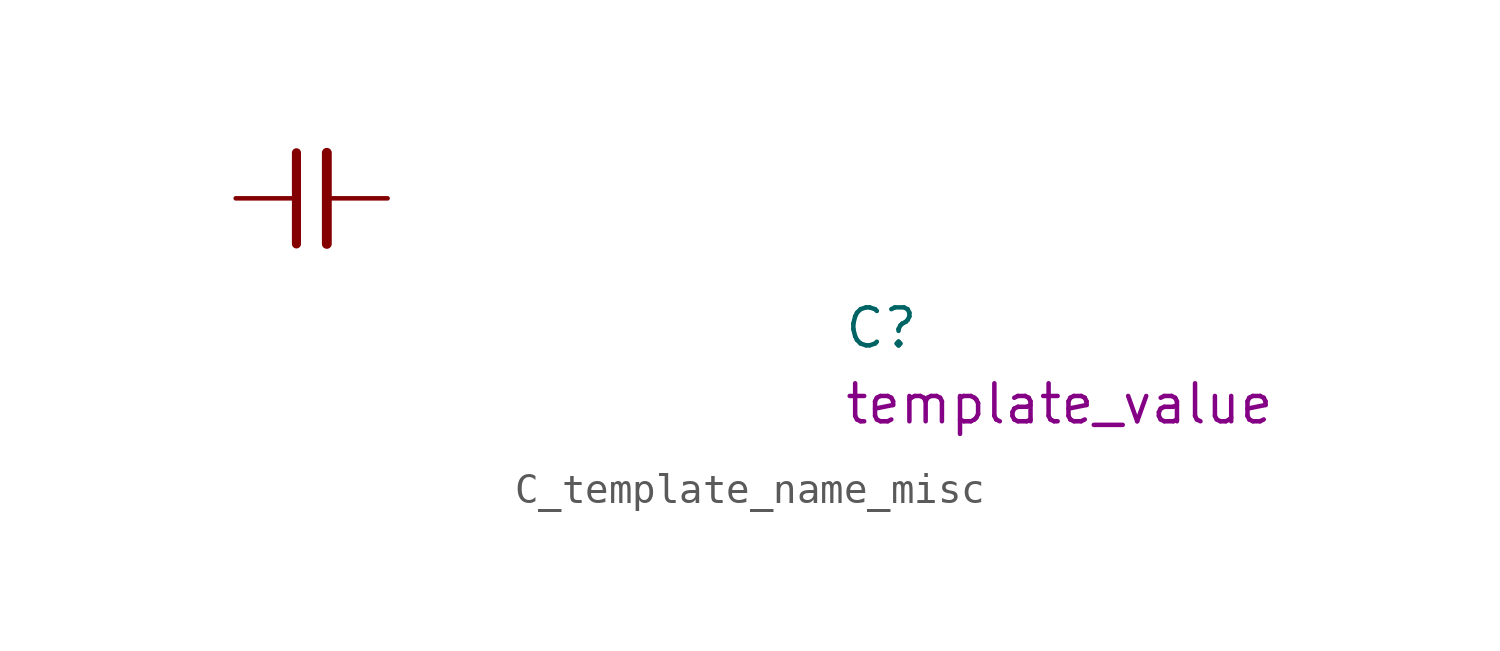
<source format=kicad_sym>
(kicad_symbol_lib
  (version 20220914)
  (generator kicad_symbol_editor)
  (symbol "C_template_name_misc"
    (pin_numbers hide)
    (pin_names hide)
    (property "Reference" "C"
      (at 20.32 -5.08 0)
      (effects (font (size 1.27 1.27) (thickness 0.15)) (justify left bottom)))
    (property "Val" "template_value"
      (at 20.32 -7.62 0)
      (effects (font (size 1.27 1.27) (thickness 0.15)) (justify left bottom)))
    (symbol "C_template_name_misc_0_1"
      (polyline (pts (xy 2.032 -1.524) (xy 2.032 1.524)) (stroke (width 0.305) (type default)) (fill (type none)))
      (polyline (pts (xy 3.048 -1.524) (xy 3.048 1.524)) (stroke (width 0.33) (type default)) (fill (type none))))
    (symbol "C_template_name_misc_1_1"
      (pin passive line (at 0 0 0) (length 2.032) (name "~" (effects (font (size 1.27 1.27)))) (number "1" (effects (font (size 1.27 1.27)))))
      (pin passive line (at 5.08 0 180) (length 2.032) (name "~" (effects (font (size 1.27 1.27)))) (number "2" (effects (font (size 1.27 1.27))))))))
</source>
